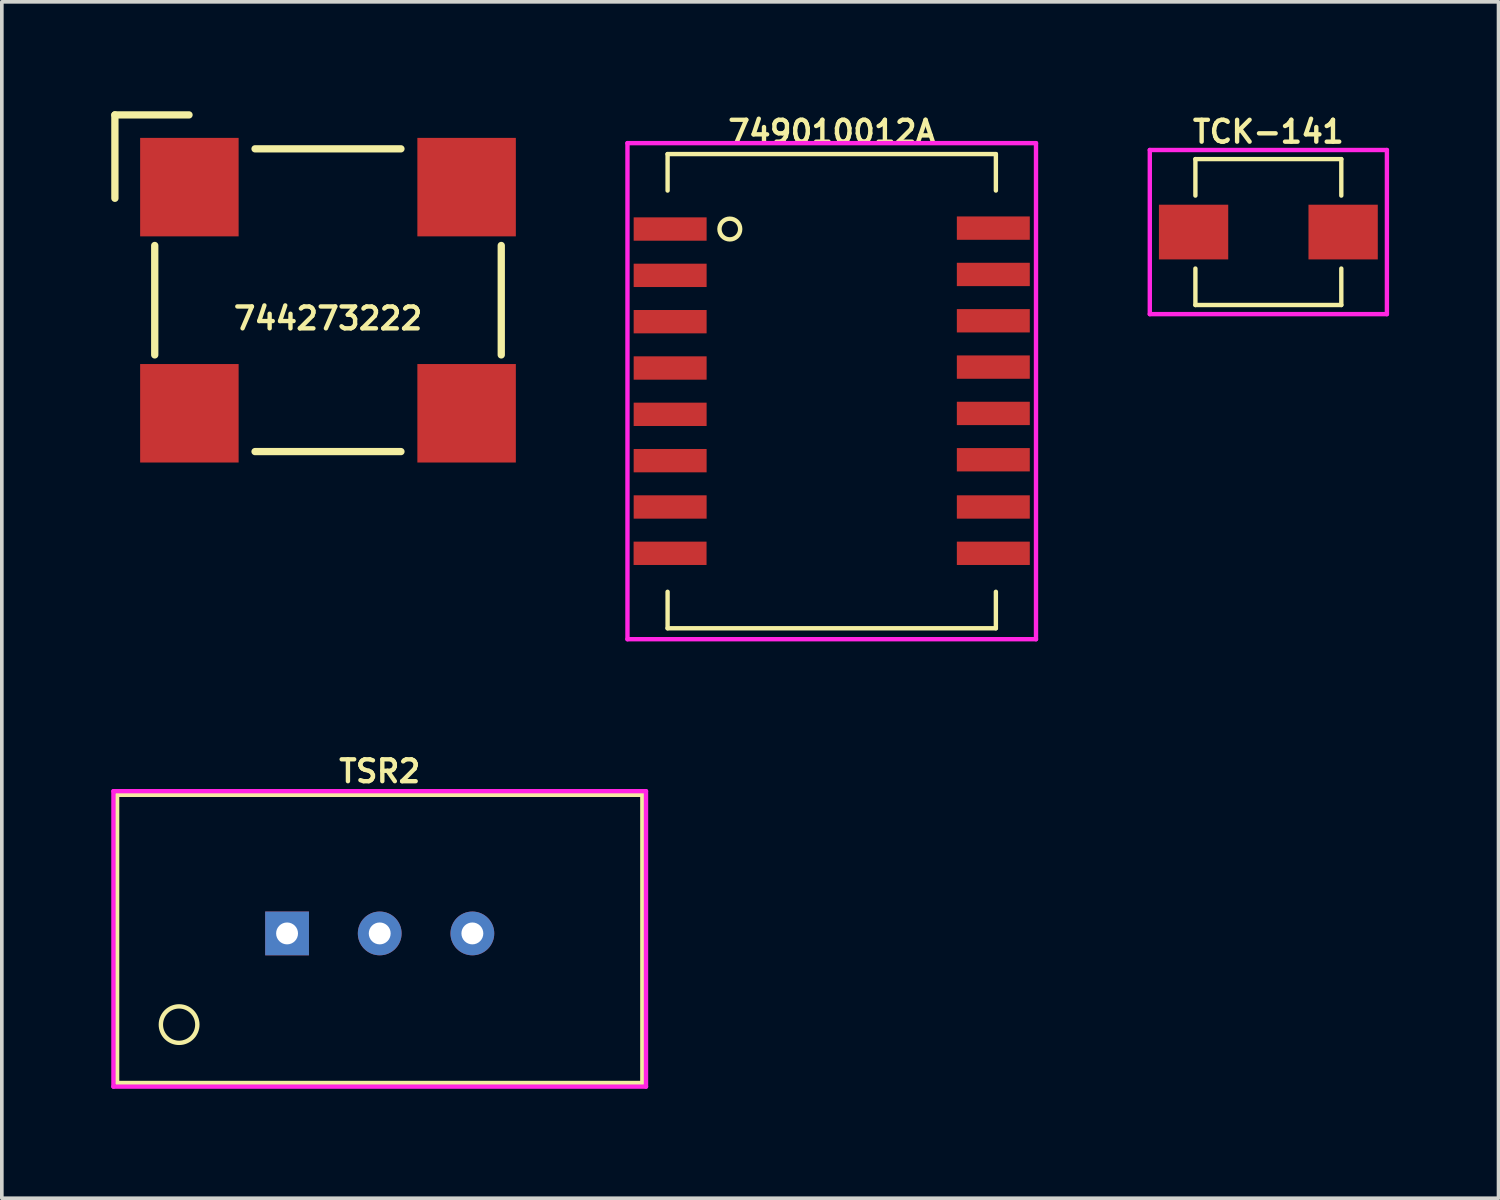
<source format=kicad_pcb>
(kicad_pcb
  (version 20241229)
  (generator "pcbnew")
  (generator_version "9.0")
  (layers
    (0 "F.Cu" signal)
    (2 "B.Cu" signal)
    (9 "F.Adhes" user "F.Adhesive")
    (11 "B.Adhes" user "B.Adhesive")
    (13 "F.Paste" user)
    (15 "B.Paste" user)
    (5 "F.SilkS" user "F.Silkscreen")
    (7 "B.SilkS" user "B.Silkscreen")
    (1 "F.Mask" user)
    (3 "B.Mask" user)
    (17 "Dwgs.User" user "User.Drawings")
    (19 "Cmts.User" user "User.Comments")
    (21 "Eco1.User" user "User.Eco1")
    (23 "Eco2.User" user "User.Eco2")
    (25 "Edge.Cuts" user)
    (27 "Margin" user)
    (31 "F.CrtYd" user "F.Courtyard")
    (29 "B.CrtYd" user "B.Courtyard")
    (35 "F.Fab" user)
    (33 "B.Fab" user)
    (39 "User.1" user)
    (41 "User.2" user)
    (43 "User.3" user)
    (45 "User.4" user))
  (footprint "749010012A"
    (layer "F.Cu")
    (at 19.752 7.674)
    (property "Reference" "749010012A" (at 0 -7.112 0) (layer "F.SilkS") (effects (font (size 0.6 0.6) (thickness 0.12))))
    (attr through_hole)
    (fp_line (start -4.5 -6.5) (end 4.5 -6.5) (stroke (width 0.12) (type solid)) (layer "F.SilkS"))
    (fp_line (start -4.5 -5.5) (end -4.5 -6.5) (stroke (width 0.12) (type solid)) (layer "F.SilkS"))
    (fp_line (start -4.5 5.5) (end -4.5 6.5) (stroke (width 0.12) (type solid)) (layer "F.SilkS"))
    (fp_line (start -4.5 6.5) (end 4.5 6.5) (stroke (width 0.12) (type solid)) (layer "F.SilkS"))
    (fp_line (start 4.5 -6.5) (end 4.5 -5.5) (stroke (width 0.12) (type solid)) (layer "F.SilkS"))
    (fp_line (start 4.5 6.5) (end 4.5 5.5) (stroke (width 0.12) (type solid)) (layer "F.SilkS"))
    (fp_circle (center -2.794 -4.445) (end -3.048 -4.572) (stroke (width 0.12) (type solid)) (fill no) (layer "F.SilkS"))
    (fp_line (start -5.6 -6.8) (end 5.6 -6.8) (stroke (width 0.12) (type solid)) (layer "F.CrtYd"))
    (fp_line (start -5.6 6.8) (end -5.6 -6.8) (stroke (width 0.12) (type solid)) (layer "F.CrtYd"))
    (fp_line (start 5.6 -6.8) (end 5.6 6.8) (stroke (width 0.12) (type solid)) (layer "F.CrtYd"))
    (fp_line (start 5.6 6.8) (end -5.6 6.8) (stroke (width 0.12) (type solid)) (layer "F.CrtYd"))
    (pad "1" smd rect (at -4.43 -4.445) (size 2 0.64) (layers "F.Cu" "F.Mask" "F.Paste"))
    (pad "2" smd rect (at -4.43 -3.175) (size 2 0.64) (layers "F.Cu" "F.Mask" "F.Paste"))
    (pad "3" smd rect (at -4.43 -1.905) (size 2 0.64) (layers "F.Cu" "F.Mask" "F.Paste"))
    (pad "4" smd rect (at -4.43 -0.635) (size 2 0.64) (layers "F.Cu" "F.Mask" "F.Paste"))
    (pad "5" smd rect (at -4.43 0.635) (size 2 0.64) (layers "F.Cu" "F.Mask" "F.Paste"))
    (pad "6" smd rect (at -4.43 1.905) (size 2 0.64) (layers "F.Cu" "F.Mask" "F.Paste"))
    (pad "7" smd rect (at -4.43 3.175) (size 2 0.64) (layers "F.Cu" "F.Mask" "F.Paste"))
    (pad "8" smd rect (at -4.432 4.445) (size 2 0.64) (layers "F.Cu" "F.Mask" "F.Paste"))
    (pad "9" smd rect (at 4.43 4.445) (size 2 0.64) (layers "F.Cu" "F.Mask" "F.Paste"))
    (pad "10" smd rect (at 4.43 3.175) (size 2 0.64) (layers "F.Cu" "F.Mask" "F.Paste"))
    (pad "11" smd rect (at 4.43 1.88) (size 2 0.64) (layers "F.Cu" "F.Mask" "F.Paste"))
    (pad "12" smd rect (at 4.43 0.61) (size 2 0.64) (layers "F.Cu" "F.Mask" "F.Paste"))
    (pad "13" smd rect (at 4.43 -0.66) (size 2 0.64) (layers "F.Cu" "F.Mask" "F.Paste"))
    (pad "14" smd rect (at 4.43 -1.93) (size 2 0.64) (layers "F.Cu" "F.Mask" "F.Paste"))
    (pad "15" smd rect (at 4.43 -3.2) (size 2 0.64) (layers "F.Cu" "F.Mask" "F.Paste"))
    (pad "16" smd rect (at 4.43 -4.47) (size 2 0.64) (layers "F.Cu" "F.Mask" "F.Paste")))
  (footprint "TSR2"
    (layer "F.Cu")
    (at 7.36 22.54)
    (property "Reference" "TSR2" (at 0 -4.445 0) (layer "F.SilkS") (effects (font (size 0.6 0.6) (thickness 0.12))))
    (attr through_hole)
    (fp_line (start -7.2 -3.8) (end 7.2 -3.8) (stroke (width 0.12) (type solid)) (layer "F.SilkS"))
    (fp_line (start -7.2 4.1) (end -7.2 -3.8) (stroke (width 0.12) (type solid)) (layer "F.SilkS"))
    (fp_line (start 7.2 -3.8) (end 7.2 4.1) (stroke (width 0.12) (type solid)) (layer "F.SilkS"))
    (fp_line (start 7.2 4.1) (end -7.2 4.1) (stroke (width 0.12) (type solid)) (layer "F.SilkS"))
    (fp_circle (center -5.5 2.5) (end -5.5 3) (stroke (width 0.12) (type solid)) (fill no) (layer "F.SilkS"))
    (fp_line (start -7.3 -3.9) (end 7.3 -3.9) (stroke (width 0.12) (type solid)) (layer "F.CrtYd"))
    (fp_line (start -7.3 4.2) (end -7.3 -3.9) (stroke (width 0.12) (type solid)) (layer "F.CrtYd"))
    (fp_line (start 7.3 -3.9) (end 7.3 4.2) (stroke (width 0.12) (type solid)) (layer "F.CrtYd"))
    (fp_line (start 7.3 4.2) (end -7.3 4.2) (stroke (width 0.12) (type solid)) (layer "F.CrtYd"))
    (pad "1" thru_hole rect (at -2.54 0) (size 1.2 1.2) (drill 0.6) (layers "*.Cu" "*.Mask"))
    (pad "2" thru_hole circle (at 0 0) (size 1.2 1.2) (drill 0.6) (layers "*.Cu" "*.Mask"))
    (pad "3" thru_hole circle (at 2.54 0) (size 1.2 1.2) (drill 0.6) (layers "*.Cu" "*.Mask")))
  (footprint "TCK-141"
    (layer "F.Cu")
    (at 31.722 3.312)
    (property "Reference" "TCK-141" (at 0 -2.75 0) (layer "F.SilkS") (effects (font (size 0.6 0.6) (thickness 0.12))))
    (attr through_hole)
    (fp_line (start -2 -2) (end 2 -2) (stroke (width 0.12) (type solid)) (layer "F.SilkS"))
    (fp_line (start -2 -1) (end -2 -2) (stroke (width 0.12) (type solid)) (layer "F.SilkS"))
    (fp_line (start -2 1) (end -2 2) (stroke (width 0.12) (type solid)) (layer "F.SilkS"))
    (fp_line (start -2 2) (end 2 2) (stroke (width 0.12) (type solid)) (layer "F.SilkS"))
    (fp_line (start 2 -2) (end 2 -1) (stroke (width 0.12) (type solid)) (layer "F.SilkS"))
    (fp_line (start 2 2) (end 2 1) (stroke (width 0.12) (type solid)) (layer "F.SilkS"))
    (fp_line (start -3.25 -2.25) (end 3.25 -2.25) (stroke (width 0.12) (type solid)) (layer "F.CrtYd"))
    (fp_line (start -3.25 2.25) (end -3.25 -2.25) (stroke (width 0.12) (type solid)) (layer "F.CrtYd"))
    (fp_line (start 3.25 -2.25) (end 3.25 2.25) (stroke (width 0.12) (type solid)) (layer "F.CrtYd"))
    (fp_line (start 3.25 2.25) (end -3.25 2.25) (stroke (width 0.12) (type solid)) (layer "F.CrtYd"))
    (pad "1" smd rect (at -2.05 0) (size 1.9 1.5) (layers "F.Cu" "F.Mask" "F.Paste"))
    (pad "2" smd rect (at 2.05 0) (size 1.9 1.5) (layers "F.Cu" "F.Mask" "F.Paste")))
  (footprint "744273222"
    (layer "F.Cu")
    (at 5.942 5.18)
    (property "Reference" "744273222" (at 0 0.5 0) (layer "F.SilkS") (effects (font (size 0.6 0.6) (thickness 0.12))))
    (attr through_hole)
    (fp_line (start -5.842 -5.08) (end -3.81 -5.08) (stroke (width 0.2) (type solid)) (layer "F.SilkS"))
    (fp_line (start -5.842 -2.794) (end -5.842 -5.08) (stroke (width 0.2) (type solid)) (layer "F.SilkS"))
    (fp_line (start -4.75 -1.5) (end -4.75 1.5) (stroke (width 0.2) (type solid)) (layer "F.SilkS"))
    (fp_line (start -2 -4.15) (end 2 -4.15) (stroke (width 0.2) (type solid)) (layer "F.SilkS"))
    (fp_line (start -2 4.15) (end 2 4.15) (stroke (width 0.2) (type solid)) (layer "F.SilkS"))
    (fp_line (start 4.75 -1.5) (end 4.75 1.5) (stroke (width 0.2) (type solid)) (layer "F.SilkS"))
    (pad "1" smd rect (at -3.8 -3.1) (size 2.7 2.7) (layers "F.Cu" "F.Mask" "F.Paste"))
    (pad "2" smd rect (at 3.8 -3.1) (size 2.7 2.7) (layers "F.Cu" "F.Mask" "F.Paste"))
    (pad "3" smd rect (at -3.8 3.1) (size 2.7 2.7) (layers "F.Cu" "F.Mask" "F.Paste"))
    (pad "4" smd rect (at 3.8 3.1) (size 2.7 2.7) (layers "F.Cu" "F.Mask" "F.Paste")))
  (gr_rect
    (start -3 -3)
    (end 38.032 29.8)
    (stroke (width 0.1) (type default))
    (fill no)
    (layer "Edge.Cuts")))
</source>
